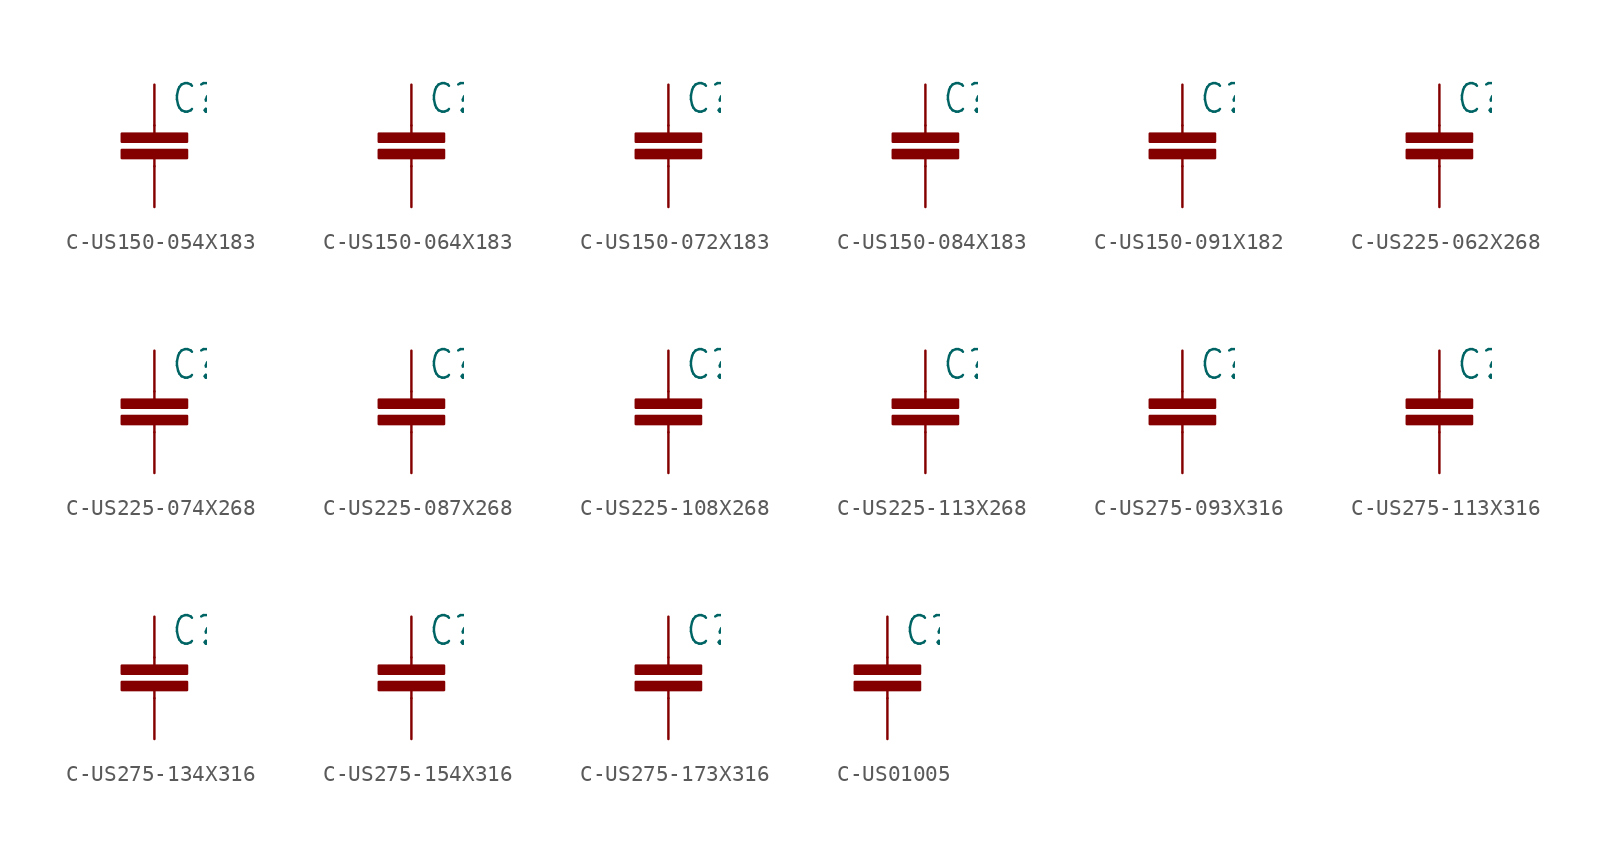
<source format=kicad_sym>
(kicad_symbol_lib
  (version 20231120)
  (generator "kicad_symbol_editor")
  (generator_version "8.99")
  (symbol "C-US150-054X183"
    (property "Reference" "C"
      (at 1.016 0.635 0)
      (effects (font (size 1.778 1.511)) (justify left bottom)))
    (property "Value" ""
      (at 1.016 -4.191 0)
      (effects (font (size 1.778 1.511)) (justify left bottom)))
    (property "ki_locked" ""
      (at 0 0 0)
      (effects (font (size 1.27 1.27))))
    (symbol "C-US150-054X183_1_0"
      (rectangle (start -2.032 -2.032) (end 2.032 -1.524) (stroke (width 0) (type default)) (fill (type outline)))
      (rectangle (start -2.032 -1.016) (end 2.032 -0.508) (stroke (width 0) (type default)) (fill (type outline)))
      (polyline (pts (xy 0 -2.54) (xy 0 -2.032)) (stroke (width 0.152) (type solid)) (fill (type none)))
      (polyline (pts (xy 0 0) (xy 0 -0.508)) (stroke (width 0.152) (type solid)) (fill (type none)))
      (pin passive line (at 0 2.54 270) (length 2.54) (name "1" (effects (font (size 0 0)))) (number "1" (effects (font (size 0 0)))))
      (pin passive line (at 0 -5.08 90) (length 2.54) (name "2" (effects (font (size 0 0)))) (number "2" (effects (font (size 0 0)))))))
  (symbol "C-US150-064X183"
    (property "Reference" "C"
      (at 1.016 0.635 0)
      (effects (font (size 1.778 1.511)) (justify left bottom)))
    (property "Value" ""
      (at 1.016 -4.191 0)
      (effects (font (size 1.778 1.511)) (justify left bottom)))
    (property "ki_locked" ""
      (at 0 0 0)
      (effects (font (size 1.27 1.27))))
    (symbol "C-US150-064X183_1_0"
      (rectangle (start -2.032 -2.032) (end 2.032 -1.524) (stroke (width 0) (type default)) (fill (type outline)))
      (rectangle (start -2.032 -1.016) (end 2.032 -0.508) (stroke (width 0) (type default)) (fill (type outline)))
      (polyline (pts (xy 0 -2.54) (xy 0 -2.032)) (stroke (width 0.152) (type solid)) (fill (type none)))
      (polyline (pts (xy 0 0) (xy 0 -0.508)) (stroke (width 0.152) (type solid)) (fill (type none)))
      (pin passive line (at 0 2.54 270) (length 2.54) (name "1" (effects (font (size 0 0)))) (number "1" (effects (font (size 0 0)))))
      (pin passive line (at 0 -5.08 90) (length 2.54) (name "2" (effects (font (size 0 0)))) (number "2" (effects (font (size 0 0)))))))
  (symbol "C-US150-072X183"
    (property "Reference" "C"
      (at 1.016 0.635 0)
      (effects (font (size 1.778 1.511)) (justify left bottom)))
    (property "Value" ""
      (at 1.016 -4.191 0)
      (effects (font (size 1.778 1.511)) (justify left bottom)))
    (property "ki_locked" ""
      (at 0 0 0)
      (effects (font (size 1.27 1.27))))
    (symbol "C-US150-072X183_1_0"
      (rectangle (start -2.032 -2.032) (end 2.032 -1.524) (stroke (width 0) (type default)) (fill (type outline)))
      (rectangle (start -2.032 -1.016) (end 2.032 -0.508) (stroke (width 0) (type default)) (fill (type outline)))
      (polyline (pts (xy 0 -2.54) (xy 0 -2.032)) (stroke (width 0.152) (type solid)) (fill (type none)))
      (polyline (pts (xy 0 0) (xy 0 -0.508)) (stroke (width 0.152) (type solid)) (fill (type none)))
      (pin passive line (at 0 2.54 270) (length 2.54) (name "1" (effects (font (size 0 0)))) (number "1" (effects (font (size 0 0)))))
      (pin passive line (at 0 -5.08 90) (length 2.54) (name "2" (effects (font (size 0 0)))) (number "2" (effects (font (size 0 0)))))))
  (symbol "C-US150-084X183"
    (property "Reference" "C"
      (at 1.016 0.635 0)
      (effects (font (size 1.778 1.511)) (justify left bottom)))
    (property "Value" ""
      (at 1.016 -4.191 0)
      (effects (font (size 1.778 1.511)) (justify left bottom)))
    (property "ki_locked" ""
      (at 0 0 0)
      (effects (font (size 1.27 1.27))))
    (symbol "C-US150-084X183_1_0"
      (rectangle (start -2.032 -2.032) (end 2.032 -1.524) (stroke (width 0) (type default)) (fill (type outline)))
      (rectangle (start -2.032 -1.016) (end 2.032 -0.508) (stroke (width 0) (type default)) (fill (type outline)))
      (polyline (pts (xy 0 -2.54) (xy 0 -2.032)) (stroke (width 0.152) (type solid)) (fill (type none)))
      (polyline (pts (xy 0 0) (xy 0 -0.508)) (stroke (width 0.152) (type solid)) (fill (type none)))
      (pin passive line (at 0 2.54 270) (length 2.54) (name "1" (effects (font (size 0 0)))) (number "1" (effects (font (size 0 0)))))
      (pin passive line (at 0 -5.08 90) (length 2.54) (name "2" (effects (font (size 0 0)))) (number "2" (effects (font (size 0 0)))))))
  (symbol "C-US150-091X182"
    (property "Reference" "C"
      (at 1.016 0.635 0)
      (effects (font (size 1.778 1.511)) (justify left bottom)))
    (property "Value" ""
      (at 1.016 -4.191 0)
      (effects (font (size 1.778 1.511)) (justify left bottom)))
    (property "ki_locked" ""
      (at 0 0 0)
      (effects (font (size 1.27 1.27))))
    (symbol "C-US150-091X182_1_0"
      (rectangle (start -2.032 -2.032) (end 2.032 -1.524) (stroke (width 0) (type default)) (fill (type outline)))
      (rectangle (start -2.032 -1.016) (end 2.032 -0.508) (stroke (width 0) (type default)) (fill (type outline)))
      (polyline (pts (xy 0 -2.54) (xy 0 -2.032)) (stroke (width 0.152) (type solid)) (fill (type none)))
      (polyline (pts (xy 0 0) (xy 0 -0.508)) (stroke (width 0.152) (type solid)) (fill (type none)))
      (pin passive line (at 0 2.54 270) (length 2.54) (name "1" (effects (font (size 0 0)))) (number "1" (effects (font (size 0 0)))))
      (pin passive line (at 0 -5.08 90) (length 2.54) (name "2" (effects (font (size 0 0)))) (number "2" (effects (font (size 0 0)))))))
  (symbol "C-US225-062X268"
    (property "Reference" "C"
      (at 1.016 0.635 0)
      (effects (font (size 1.778 1.511)) (justify left bottom)))
    (property "Value" ""
      (at 1.016 -4.191 0)
      (effects (font (size 1.778 1.511)) (justify left bottom)))
    (property "ki_locked" ""
      (at 0 0 0)
      (effects (font (size 1.27 1.27))))
    (symbol "C-US225-062X268_1_0"
      (rectangle (start -2.032 -2.032) (end 2.032 -1.524) (stroke (width 0) (type default)) (fill (type outline)))
      (rectangle (start -2.032 -1.016) (end 2.032 -0.508) (stroke (width 0) (type default)) (fill (type outline)))
      (polyline (pts (xy 0 -2.54) (xy 0 -2.032)) (stroke (width 0.152) (type solid)) (fill (type none)))
      (polyline (pts (xy 0 0) (xy 0 -0.508)) (stroke (width 0.152) (type solid)) (fill (type none)))
      (pin passive line (at 0 2.54 270) (length 2.54) (name "1" (effects (font (size 0 0)))) (number "1" (effects (font (size 0 0)))))
      (pin passive line (at 0 -5.08 90) (length 2.54) (name "2" (effects (font (size 0 0)))) (number "2" (effects (font (size 0 0)))))))
  (symbol "C-US225-074X268"
    (property "Reference" "C"
      (at 1.016 0.635 0)
      (effects (font (size 1.778 1.511)) (justify left bottom)))
    (property "Value" ""
      (at 1.016 -4.191 0)
      (effects (font (size 1.778 1.511)) (justify left bottom)))
    (property "ki_locked" ""
      (at 0 0 0)
      (effects (font (size 1.27 1.27))))
    (symbol "C-US225-074X268_1_0"
      (rectangle (start -2.032 -2.032) (end 2.032 -1.524) (stroke (width 0) (type default)) (fill (type outline)))
      (rectangle (start -2.032 -1.016) (end 2.032 -0.508) (stroke (width 0) (type default)) (fill (type outline)))
      (polyline (pts (xy 0 -2.54) (xy 0 -2.032)) (stroke (width 0.152) (type solid)) (fill (type none)))
      (polyline (pts (xy 0 0) (xy 0 -0.508)) (stroke (width 0.152) (type solid)) (fill (type none)))
      (pin passive line (at 0 2.54 270) (length 2.54) (name "1" (effects (font (size 0 0)))) (number "1" (effects (font (size 0 0)))))
      (pin passive line (at 0 -5.08 90) (length 2.54) (name "2" (effects (font (size 0 0)))) (number "2" (effects (font (size 0 0)))))))
  (symbol "C-US225-087X268"
    (property "Reference" "C"
      (at 1.016 0.635 0)
      (effects (font (size 1.778 1.511)) (justify left bottom)))
    (property "Value" ""
      (at 1.016 -4.191 0)
      (effects (font (size 1.778 1.511)) (justify left bottom)))
    (property "ki_locked" ""
      (at 0 0 0)
      (effects (font (size 1.27 1.27))))
    (symbol "C-US225-087X268_1_0"
      (rectangle (start -2.032 -2.032) (end 2.032 -1.524) (stroke (width 0) (type default)) (fill (type outline)))
      (rectangle (start -2.032 -1.016) (end 2.032 -0.508) (stroke (width 0) (type default)) (fill (type outline)))
      (polyline (pts (xy 0 -2.54) (xy 0 -2.032)) (stroke (width 0.152) (type solid)) (fill (type none)))
      (polyline (pts (xy 0 0) (xy 0 -0.508)) (stroke (width 0.152) (type solid)) (fill (type none)))
      (pin passive line (at 0 2.54 270) (length 2.54) (name "1" (effects (font (size 0 0)))) (number "1" (effects (font (size 0 0)))))
      (pin passive line (at 0 -5.08 90) (length 2.54) (name "2" (effects (font (size 0 0)))) (number "2" (effects (font (size 0 0)))))))
  (symbol "C-US225-108X268"
    (property "Reference" "C"
      (at 1.016 0.635 0)
      (effects (font (size 1.778 1.511)) (justify left bottom)))
    (property "Value" ""
      (at 1.016 -4.191 0)
      (effects (font (size 1.778 1.511)) (justify left bottom)))
    (property "ki_locked" ""
      (at 0 0 0)
      (effects (font (size 1.27 1.27))))
    (symbol "C-US225-108X268_1_0"
      (rectangle (start -2.032 -2.032) (end 2.032 -1.524) (stroke (width 0) (type default)) (fill (type outline)))
      (rectangle (start -2.032 -1.016) (end 2.032 -0.508) (stroke (width 0) (type default)) (fill (type outline)))
      (polyline (pts (xy 0 -2.54) (xy 0 -2.032)) (stroke (width 0.152) (type solid)) (fill (type none)))
      (polyline (pts (xy 0 0) (xy 0 -0.508)) (stroke (width 0.152) (type solid)) (fill (type none)))
      (pin passive line (at 0 2.54 270) (length 2.54) (name "1" (effects (font (size 0 0)))) (number "1" (effects (font (size 0 0)))))
      (pin passive line (at 0 -5.08 90) (length 2.54) (name "2" (effects (font (size 0 0)))) (number "2" (effects (font (size 0 0)))))))
  (symbol "C-US225-113X268"
    (property "Reference" "C"
      (at 1.016 0.635 0)
      (effects (font (size 1.778 1.511)) (justify left bottom)))
    (property "Value" ""
      (at 1.016 -4.191 0)
      (effects (font (size 1.778 1.511)) (justify left bottom)))
    (property "ki_locked" ""
      (at 0 0 0)
      (effects (font (size 1.27 1.27))))
    (symbol "C-US225-113X268_1_0"
      (rectangle (start -2.032 -2.032) (end 2.032 -1.524) (stroke (width 0) (type default)) (fill (type outline)))
      (rectangle (start -2.032 -1.016) (end 2.032 -0.508) (stroke (width 0) (type default)) (fill (type outline)))
      (polyline (pts (xy 0 -2.54) (xy 0 -2.032)) (stroke (width 0.152) (type solid)) (fill (type none)))
      (polyline (pts (xy 0 0) (xy 0 -0.508)) (stroke (width 0.152) (type solid)) (fill (type none)))
      (pin passive line (at 0 2.54 270) (length 2.54) (name "1" (effects (font (size 0 0)))) (number "1" (effects (font (size 0 0)))))
      (pin passive line (at 0 -5.08 90) (length 2.54) (name "2" (effects (font (size 0 0)))) (number "2" (effects (font (size 0 0)))))))
  (symbol "C-US275-093X316"
    (property "Reference" "C"
      (at 1.016 0.635 0)
      (effects (font (size 1.778 1.511)) (justify left bottom)))
    (property "Value" ""
      (at 1.016 -4.191 0)
      (effects (font (size 1.778 1.511)) (justify left bottom)))
    (property "ki_locked" ""
      (at 0 0 0)
      (effects (font (size 1.27 1.27))))
    (symbol "C-US275-093X316_1_0"
      (rectangle (start -2.032 -2.032) (end 2.032 -1.524) (stroke (width 0) (type default)) (fill (type outline)))
      (rectangle (start -2.032 -1.016) (end 2.032 -0.508) (stroke (width 0) (type default)) (fill (type outline)))
      (polyline (pts (xy 0 -2.54) (xy 0 -2.032)) (stroke (width 0.152) (type solid)) (fill (type none)))
      (polyline (pts (xy 0 0) (xy 0 -0.508)) (stroke (width 0.152) (type solid)) (fill (type none)))
      (pin passive line (at 0 2.54 270) (length 2.54) (name "1" (effects (font (size 0 0)))) (number "1" (effects (font (size 0 0)))))
      (pin passive line (at 0 -5.08 90) (length 2.54) (name "2" (effects (font (size 0 0)))) (number "2" (effects (font (size 0 0)))))))
  (symbol "C-US275-113X316"
    (property "Reference" "C"
      (at 1.016 0.635 0)
      (effects (font (size 1.778 1.511)) (justify left bottom)))
    (property "Value" ""
      (at 1.016 -4.191 0)
      (effects (font (size 1.778 1.511)) (justify left bottom)))
    (property "ki_locked" ""
      (at 0 0 0)
      (effects (font (size 1.27 1.27))))
    (symbol "C-US275-113X316_1_0"
      (rectangle (start -2.032 -2.032) (end 2.032 -1.524) (stroke (width 0) (type default)) (fill (type outline)))
      (rectangle (start -2.032 -1.016) (end 2.032 -0.508) (stroke (width 0) (type default)) (fill (type outline)))
      (polyline (pts (xy 0 -2.54) (xy 0 -2.032)) (stroke (width 0.152) (type solid)) (fill (type none)))
      (polyline (pts (xy 0 0) (xy 0 -0.508)) (stroke (width 0.152) (type solid)) (fill (type none)))
      (pin passive line (at 0 2.54 270) (length 2.54) (name "1" (effects (font (size 0 0)))) (number "1" (effects (font (size 0 0)))))
      (pin passive line (at 0 -5.08 90) (length 2.54) (name "2" (effects (font (size 0 0)))) (number "2" (effects (font (size 0 0)))))))
  (symbol "C-US275-134X316"
    (property "Reference" "C"
      (at 1.016 0.635 0)
      (effects (font (size 1.778 1.511)) (justify left bottom)))
    (property "Value" ""
      (at 1.016 -4.191 0)
      (effects (font (size 1.778 1.511)) (justify left bottom)))
    (property "ki_locked" ""
      (at 0 0 0)
      (effects (font (size 1.27 1.27))))
    (symbol "C-US275-134X316_1_0"
      (rectangle (start -2.032 -2.032) (end 2.032 -1.524) (stroke (width 0) (type default)) (fill (type outline)))
      (rectangle (start -2.032 -1.016) (end 2.032 -0.508) (stroke (width 0) (type default)) (fill (type outline)))
      (polyline (pts (xy 0 -2.54) (xy 0 -2.032)) (stroke (width 0.152) (type solid)) (fill (type none)))
      (polyline (pts (xy 0 0) (xy 0 -0.508)) (stroke (width 0.152) (type solid)) (fill (type none)))
      (pin passive line (at 0 2.54 270) (length 2.54) (name "1" (effects (font (size 0 0)))) (number "1" (effects (font (size 0 0)))))
      (pin passive line (at 0 -5.08 90) (length 2.54) (name "2" (effects (font (size 0 0)))) (number "2" (effects (font (size 0 0)))))))
  (symbol "C-US275-154X316"
    (property "Reference" "C"
      (at 1.016 0.635 0)
      (effects (font (size 1.778 1.511)) (justify left bottom)))
    (property "Value" ""
      (at 1.016 -4.191 0)
      (effects (font (size 1.778 1.511)) (justify left bottom)))
    (property "ki_locked" ""
      (at 0 0 0)
      (effects (font (size 1.27 1.27))))
    (symbol "C-US275-154X316_1_0"
      (rectangle (start -2.032 -2.032) (end 2.032 -1.524) (stroke (width 0) (type default)) (fill (type outline)))
      (rectangle (start -2.032 -1.016) (end 2.032 -0.508) (stroke (width 0) (type default)) (fill (type outline)))
      (polyline (pts (xy 0 -2.54) (xy 0 -2.032)) (stroke (width 0.152) (type solid)) (fill (type none)))
      (polyline (pts (xy 0 0) (xy 0 -0.508)) (stroke (width 0.152) (type solid)) (fill (type none)))
      (pin passive line (at 0 2.54 270) (length 2.54) (name "1" (effects (font (size 0 0)))) (number "1" (effects (font (size 0 0)))))
      (pin passive line (at 0 -5.08 90) (length 2.54) (name "2" (effects (font (size 0 0)))) (number "2" (effects (font (size 0 0)))))))
  (symbol "C-US275-173X316"
    (property "Reference" "C"
      (at 1.016 0.635 0)
      (effects (font (size 1.778 1.511)) (justify left bottom)))
    (property "Value" ""
      (at 1.016 -4.191 0)
      (effects (font (size 1.778 1.511)) (justify left bottom)))
    (property "ki_locked" ""
      (at 0 0 0)
      (effects (font (size 1.27 1.27))))
    (symbol "C-US275-173X316_1_0"
      (rectangle (start -2.032 -2.032) (end 2.032 -1.524) (stroke (width 0) (type default)) (fill (type outline)))
      (rectangle (start -2.032 -1.016) (end 2.032 -0.508) (stroke (width 0) (type default)) (fill (type outline)))
      (polyline (pts (xy 0 -2.54) (xy 0 -2.032)) (stroke (width 0.152) (type solid)) (fill (type none)))
      (polyline (pts (xy 0 0) (xy 0 -0.508)) (stroke (width 0.152) (type solid)) (fill (type none)))
      (pin passive line (at 0 2.54 270) (length 2.54) (name "1" (effects (font (size 0 0)))) (number "1" (effects (font (size 0 0)))))
      (pin passive line (at 0 -5.08 90) (length 2.54) (name "2" (effects (font (size 0 0)))) (number "2" (effects (font (size 0 0)))))))
  (symbol "C-US01005"
    (property "Reference" "C"
      (at 1.016 0.635 0)
      (effects (font (size 1.778 1.511)) (justify left bottom)))
    (property "Value" ""
      (at 1.016 -4.191 0)
      (effects (font (size 1.778 1.511)) (justify left bottom)))
    (property "ki_locked" ""
      (at 0 0 0)
      (effects (font (size 1.27 1.27))))
    (symbol "C-US01005_1_0"
      (rectangle (start -2.032 -2.032) (end 2.032 -1.524) (stroke (width 0) (type default)) (fill (type outline)))
      (rectangle (start -2.032 -1.016) (end 2.032 -0.508) (stroke (width 0) (type default)) (fill (type outline)))
      (polyline (pts (xy 0 -2.54) (xy 0 -2.032)) (stroke (width 0.152) (type solid)) (fill (type none)))
      (polyline (pts (xy 0 0) (xy 0 -0.508)) (stroke (width 0.152) (type solid)) (fill (type none)))
      (pin passive line (at 0 2.54 270) (length 2.54) (name "1" (effects (font (size 0 0)))) (number "1" (effects (font (size 0 0)))))
      (pin passive line (at 0 -5.08 90) (length 2.54) (name "2" (effects (font (size 0 0)))) (number "2" (effects (font (size 0 0))))))))
</source>
